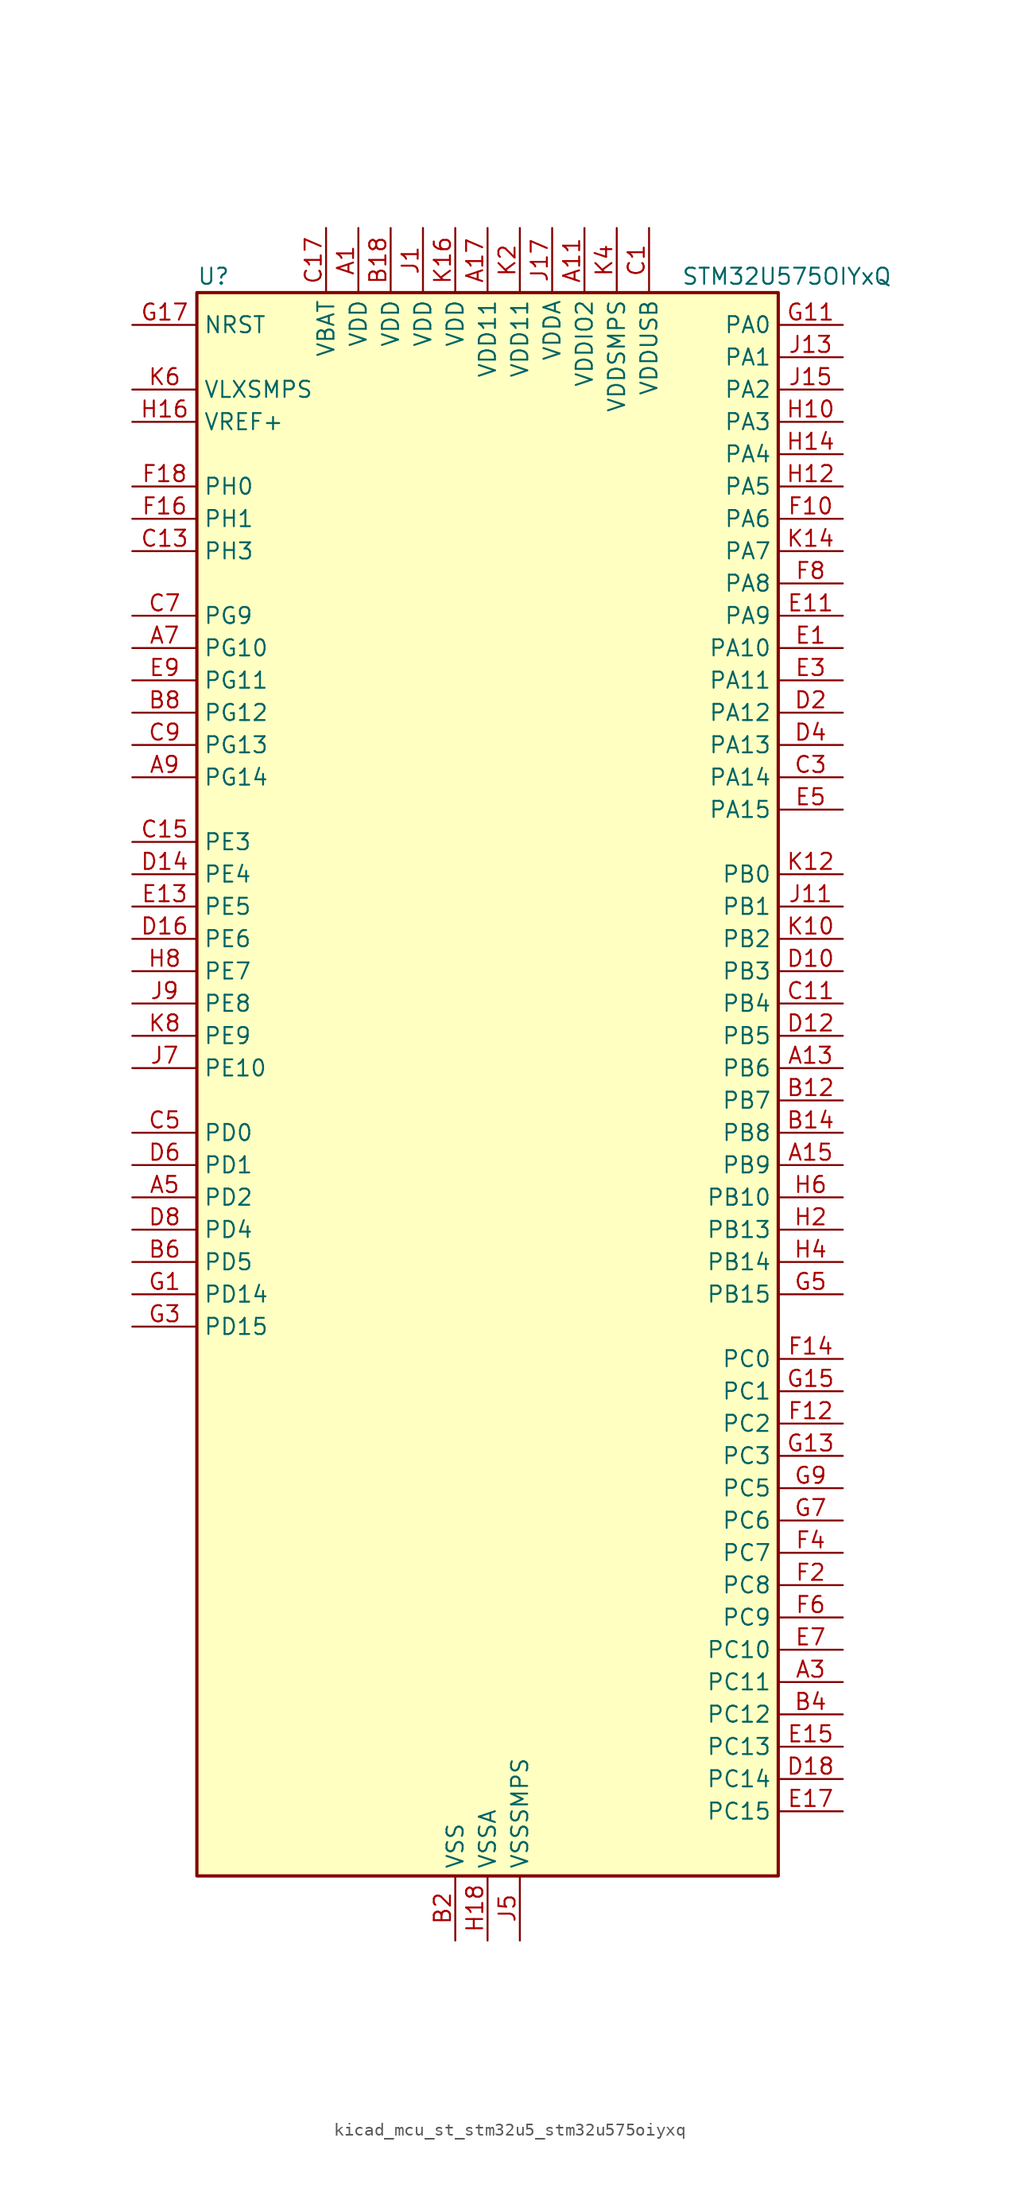
<source format=kicad_sym>
(kicad_symbol_lib
  (version 20220914)
  (generator kicad_symbol_editor)
  (symbol "kicad_mcu_st_stm32u5_stm32u575oiyxq"
    (property "Reference" "U"
      (at -22.86 64.77 0)
      (effects (font (size 1.27 1.27)) (justify left)))
    (property "Value" "STM32U575OIYxQ"
      (at 15.24 64.77 0)
      (effects (font (size 1.27 1.27)) (justify left)))
    (property "ki_locked" ""
      (at 0 0 0)
      (effects (font (size 1.27 1.27))))
    (symbol "kicad_mcu_st_stm32u5_stm32u575oiyxq_0_1"
      (rectangle (start -22.86 -60.96) (end 22.86 63.5) (stroke (width 0.254) (type default)) (fill (type background))))
    (symbol "kicad_mcu_st_stm32u5_stm32u575oiyxq_1_1"
      (pin power_in line (at -10.16 68.58 270) (length 5.08) (name "VDD" (effects (font (size 1.27 1.27)))) (number "A1" (effects (font (size 1.27 1.27)))))
      (pin power_in line (at 7.62 68.58 270) (length 5.08) (name "VDDIO2" (effects (font (size 1.27 1.27)))) (number "A11" (effects (font (size 1.27 1.27)))))
      (pin bidirectional line (at 27.94 2.54 180) (length 5.08) (name "PB6" (effects (font (size 1.27 1.27)))) (number "A13" (effects (font (size 1.27 1.27)))) (alternate "COMP2_INP" bidirectional line) (alternate "DCMI_D5" bidirectional line) (alternate "I2C1_SCL" bidirectional line) (alternate "I2C4_SCL" bidirectional line) (alternate "LPTIM1_ETR" bidirectional line) (alternate "MDF1_SDI5" bidirectional line) (alternate "PSSI_D5" bidirectional line) (alternate "PWR_WKUP3" bidirectional line) (alternate "SAI1_FS_B" bidirectional line) (alternate "TIM16_CH1N" bidirectional line) (alternate "TIM4_CH1" bidirectional line) (alternate "TIM8_BKIN2" bidirectional line) (alternate "TSC_G2_IO3" bidirectional line) (alternate "USART1_TX" bidirectional line))
      (pin bidirectional line (at 27.94 -5.08 180) (length 5.08) (name "PB9" (effects (font (size 1.27 1.27)))) (number "A15" (effects (font (size 1.27 1.27)))) (alternate "DAC1_EXTI9" bidirectional line) (alternate "DCMI_D7" bidirectional line) (alternate "FDCAN1_TX" bidirectional line) (alternate "I2C1_SDA" bidirectional line) (alternate "IR_OUT" bidirectional line) (alternate "PSSI_D7" bidirectional line) (alternate "SAI1_D2" bidirectional line) (alternate "SAI1_FS_A" bidirectional line) (alternate "SDMMC1_CDIR" bidirectional line) (alternate "SDMMC1_D5" bidirectional line) (alternate "SDMMC2_D5" bidirectional line) (alternate "SPI2_NSS" bidirectional line) (alternate "TIM17_CH1" bidirectional line) (alternate "TIM4_CH4" bidirectional line))
      (pin power_in line (at 0 68.58 270) (length 5.08) (name "VDD11" (effects (font (size 1.27 1.27)))) (number "A17" (effects (font (size 1.27 1.27)))))
      (pin bidirectional line (at 27.94 -45.72 180) (length 5.08) (name "PC11" (effects (font (size 1.27 1.27)))) (number "A3" (effects (font (size 1.27 1.27)))) (alternate "ADC1_EXTI11" bidirectional line) (alternate "ADF1_SDI0" bidirectional line) (alternate "DCMI_D2" bidirectional line) (alternate "DCMI_D4" bidirectional line) (alternate "LPTIM3_IN1" bidirectional line) (alternate "OCTOSPIM_P1_NCS" bidirectional line) (alternate "PSSI_D2" bidirectional line) (alternate "PSSI_D4" bidirectional line) (alternate "SDMMC1_D3" bidirectional line) (alternate "SPI3_MISO" bidirectional line) (alternate "TSC_G3_IO3" bidirectional line) (alternate "UART4_RX" bidirectional line) (alternate "UCPD1_FRSTX2" bidirectional line) (alternate "USART3_RX" bidirectional line))
      (pin bidirectional line (at -27.94 -7.62 0) (length 5.08) (name "PD2" (effects (font (size 1.27 1.27)))) (number "A5" (effects (font (size 1.27 1.27)))) (alternate "DCMI_D11" bidirectional line) (alternate "DEBUG_TRACED2" bidirectional line) (alternate "LPTIM4_ETR" bidirectional line) (alternate "PSSI_D11" bidirectional line) (alternate "SDMMC1_CMD" bidirectional line) (alternate "TIM3_ETR" bidirectional line) (alternate "TSC_SYNC" bidirectional line) (alternate "UART5_RX" bidirectional line) (alternate "USART3_DE" bidirectional line) (alternate "USART3_RTS" bidirectional line))
      (pin bidirectional line (at -27.94 35.56 0) (length 5.08) (name "PG10" (effects (font (size 1.27 1.27)))) (number "A7" (effects (font (size 1.27 1.27)))) (alternate "FMC_NE3" bidirectional line) (alternate "LPTIM1_IN1" bidirectional line) (alternate "OCTOSPIM_P2_IO7" bidirectional line) (alternate "SPI3_MISO" bidirectional line) (alternate "TIM15_CH1" bidirectional line) (alternate "USART1_RX" bidirectional line))
      (pin bidirectional line (at -27.94 25.4 0) (length 5.08) (name "PG14" (effects (font (size 1.27 1.27)))) (number "A9" (effects (font (size 1.27 1.27)))) (alternate "FMC_A25" bidirectional line) (alternate "I2C1_SCL" bidirectional line) (alternate "LPTIM1_CH2" bidirectional line))
      (pin passive line (at -2.54 -66.04 90) (length 5.08) hide (name "VSS" (effects (font (size 1.27 1.27)))) (number "B10" (effects (font (size 1.27 1.27)))))
      (pin bidirectional line (at 27.94 0 180) (length 5.08) (name "PB7" (effects (font (size 1.27 1.27)))) (number "B12" (effects (font (size 1.27 1.27)))) (alternate "COMP2_INM" bidirectional line) (alternate "DCMI_VSYNC" bidirectional line) (alternate "FMC_NL" bidirectional line) (alternate "I2C1_SDA" bidirectional line) (alternate "I2C4_SDA" bidirectional line) (alternate "LPTIM1_IN2" bidirectional line) (alternate "MDF1_CKI5" bidirectional line) (alternate "PSSI_RDY" bidirectional line) (alternate "PWR_PVD_IN" bidirectional line) (alternate "PWR_WKUP4" bidirectional line) (alternate "TIM17_CH1N" bidirectional line) (alternate "TIM4_CH2" bidirectional line) (alternate "TIM8_BKIN" bidirectional line) (alternate "TSC_G2_IO4" bidirectional line) (alternate "UART4_CTS" bidirectional line) (alternate "USART1_RX" bidirectional line))
      (pin bidirectional line (at 27.94 -2.54 180) (length 5.08) (name "PB8" (effects (font (size 1.27 1.27)))) (number "B14" (effects (font (size 1.27 1.27)))) (alternate "DCMI_D6" bidirectional line) (alternate "FDCAN1_RX" bidirectional line) (alternate "I2C1_SCL" bidirectional line) (alternate "MDF1_CCK0" bidirectional line) (alternate "PSSI_D6" bidirectional line) (alternate "PWR_WKUP5" bidirectional line) (alternate "SAI1_CK1" bidirectional line) (alternate "SAI1_MCLK_A" bidirectional line) (alternate "SDMMC1_CKIN" bidirectional line) (alternate "SDMMC1_D4" bidirectional line) (alternate "SDMMC2_D4" bidirectional line) (alternate "SPI3_RDY" bidirectional line) (alternate "TIM16_CH1" bidirectional line) (alternate "TIM4_CH3" bidirectional line))
      (pin passive line (at -2.54 -66.04 90) (length 5.08) hide (name "VSS" (effects (font (size 1.27 1.27)))) (number "B16" (effects (font (size 1.27 1.27)))))
      (pin power_in line (at -7.62 68.58 270) (length 5.08) (name "VDD" (effects (font (size 1.27 1.27)))) (number "B18" (effects (font (size 1.27 1.27)))))
      (pin power_in line (at -2.54 -66.04 90) (length 5.08) (name "VSS" (effects (font (size 1.27 1.27)))) (number "B2" (effects (font (size 1.27 1.27)))))
      (pin bidirectional line (at 27.94 -48.26 180) (length 5.08) (name "PC12" (effects (font (size 1.27 1.27)))) (number "B4" (effects (font (size 1.27 1.27)))) (alternate "DCMI_D9" bidirectional line) (alternate "DEBUG_TRACED3" bidirectional line) (alternate "PSSI_D9" bidirectional line) (alternate "SDMMC1_CK" bidirectional line) (alternate "SPI3_MOSI" bidirectional line) (alternate "TSC_G3_IO4" bidirectional line) (alternate "UART5_TX" bidirectional line) (alternate "USART3_CK" bidirectional line))
      (pin bidirectional line (at -27.94 -12.7 0) (length 5.08) (name "PD5" (effects (font (size 1.27 1.27)))) (number "B6" (effects (font (size 1.27 1.27)))) (alternate "FMC_NWE" bidirectional line) (alternate "OCTOSPIM_P1_IO5" bidirectional line) (alternate "SPI2_RDY" bidirectional line) (alternate "USART2_TX" bidirectional line))
      (pin bidirectional line (at -27.94 30.48 0) (length 5.08) (name "PG12" (effects (font (size 1.27 1.27)))) (number "B8" (effects (font (size 1.27 1.27)))) (alternate "FMC_NE4" bidirectional line) (alternate "LPTIM1_ETR" bidirectional line) (alternate "OCTOSPIM_P2_NCS" bidirectional line) (alternate "SPI3_NSS" bidirectional line) (alternate "USART1_DE" bidirectional line) (alternate "USART1_RTS" bidirectional line))
      (pin power_in line (at 12.7 68.58 270) (length 5.08) (name "VDDUSB" (effects (font (size 1.27 1.27)))) (number "C1" (effects (font (size 1.27 1.27)))))
      (pin bidirectional line (at 27.94 7.62 180) (length 5.08) (name "PB4" (effects (font (size 1.27 1.27)))) (number "C11" (effects (font (size 1.27 1.27)))) (alternate "ADF1_SDI0" bidirectional line) (alternate "COMP2_INP" bidirectional line) (alternate "DCMI_D12" bidirectional line) (alternate "DEBUG_JTRST" bidirectional line) (alternate "I2C3_SDA" bidirectional line) (alternate "LPTIM1_CH2" bidirectional line) (alternate "PSSI_D12" bidirectional line) (alternate "SAI1_MCLK_B" bidirectional line) (alternate "SDMMC2_D3" bidirectional line) (alternate "SPI1_MISO" bidirectional line) (alternate "SPI3_MISO" bidirectional line) (alternate "TIM17_BKIN" bidirectional line) (alternate "TIM3_CH1" bidirectional line) (alternate "TSC_G2_IO1" bidirectional line) (alternate "UART5_DE" bidirectional line) (alternate "UART5_RTS" bidirectional line) (alternate "USART1_CTS" bidirectional line))
      (pin bidirectional line (at -27.94 43.18 0) (length 5.08) (name "PH3" (effects (font (size 1.27 1.27)))) (number "C13" (effects (font (size 1.27 1.27)))))
      (pin bidirectional line (at -27.94 20.32 0) (length 5.08) (name "PE3" (effects (font (size 1.27 1.27)))) (number "C15" (effects (font (size 1.27 1.27)))) (alternate "DEBUG_TRACED0" bidirectional line) (alternate "FMC_A19" bidirectional line) (alternate "OCTOSPIM_P1_DQS" bidirectional line) (alternate "SAI1_SD_B" bidirectional line) (alternate "TAMP_IN6" bidirectional line) (alternate "TAMP_OUT3" bidirectional line) (alternate "TIM3_CH1" bidirectional line) (alternate "TSC_G7_IO2" bidirectional line))
      (pin power_in line (at -12.7 68.58 270) (length 5.08) (name "VBAT" (effects (font (size 1.27 1.27)))) (number "C17" (effects (font (size 1.27 1.27)))))
      (pin bidirectional line (at 27.94 25.4 180) (length 5.08) (name "PA14" (effects (font (size 1.27 1.27)))) (number "C3" (effects (font (size 1.27 1.27)))) (alternate "DEBUG_JTCK-SWCLK" bidirectional line) (alternate "I2C1_SMBA" bidirectional line) (alternate "I2C4_SMBA" bidirectional line) (alternate "LPTIM1_CH1" bidirectional line) (alternate "SAI1_FS_B" bidirectional line) (alternate "USB_OTG_FS_SOF" bidirectional line))
      (pin bidirectional line (at -27.94 -2.54 0) (length 5.08) (name "PD0" (effects (font (size 1.27 1.27)))) (number "C5" (effects (font (size 1.27 1.27)))) (alternate "FDCAN1_RX" bidirectional line) (alternate "FMC_D2" bidirectional line) (alternate "FMC_DA2" bidirectional line) (alternate "SPI2_NSS" bidirectional line) (alternate "TIM8_CH4N" bidirectional line))
      (pin bidirectional line (at -27.94 38.1 0) (length 5.08) (name "PG9" (effects (font (size 1.27 1.27)))) (number "C7" (effects (font (size 1.27 1.27)))) (alternate "DAC1_EXTI9" bidirectional line) (alternate "FMC_NCE" bidirectional line) (alternate "FMC_NE2" bidirectional line) (alternate "OCTOSPIM_P2_IO6" bidirectional line) (alternate "SPI3_SCK" bidirectional line) (alternate "TIM15_CH1N" bidirectional line) (alternate "USART1_TX" bidirectional line))
      (pin bidirectional line (at -27.94 27.94 0) (length 5.08) (name "PG13" (effects (font (size 1.27 1.27)))) (number "C9" (effects (font (size 1.27 1.27)))) (alternate "FMC_A24" bidirectional line) (alternate "I2C1_SDA" bidirectional line) (alternate "SPI3_RDY" bidirectional line) (alternate "USART1_CK" bidirectional line))
      (pin bidirectional line (at 27.94 10.16 180) (length 5.08) (name "PB3" (effects (font (size 1.27 1.27)))) (number "D10" (effects (font (size 1.27 1.27)))) (alternate "ADF1_CCK0" bidirectional line) (alternate "COMP2_INM" bidirectional line) (alternate "CRS_SYNC" bidirectional line) (alternate "DEBUG_JTDO-SWO" bidirectional line) (alternate "I2C1_SDA" bidirectional line) (alternate "LPTIM1_CH1" bidirectional line) (alternate "SAI1_SCK_B" bidirectional line) (alternate "SDMMC2_D2" bidirectional line) (alternate "SPI1_SCK" bidirectional line) (alternate "SPI3_SCK" bidirectional line) (alternate "TIM2_CH2" bidirectional line) (alternate "USART1_DE" bidirectional line) (alternate "USART1_RTS" bidirectional line))
      (pin bidirectional line (at 27.94 5.08 180) (length 5.08) (name "PB5" (effects (font (size 1.27 1.27)))) (number "D12" (effects (font (size 1.27 1.27)))) (alternate "COMP2_OUT" bidirectional line) (alternate "DCMI_D10" bidirectional line) (alternate "I2C1_SMBA" bidirectional line) (alternate "LPTIM1_IN1" bidirectional line) (alternate "OCTOSPIM_P1_NCLK" bidirectional line) (alternate "PSSI_D10" bidirectional line) (alternate "PWR_WKUP6" bidirectional line) (alternate "SAI1_SD_B" bidirectional line) (alternate "SPI1_MOSI" bidirectional line) (alternate "SPI3_MOSI" bidirectional line) (alternate "TIM16_BKIN" bidirectional line) (alternate "TIM3_CH2" bidirectional line) (alternate "TSC_G2_IO2" bidirectional line) (alternate "UART5_CTS" bidirectional line) (alternate "UCPD1_DBCC1" bidirectional line) (alternate "USART1_CK" bidirectional line))
      (pin bidirectional line (at -27.94 17.78 0) (length 5.08) (name "PE4" (effects (font (size 1.27 1.27)))) (number "D14" (effects (font (size 1.27 1.27)))) (alternate "DCMI_D4" bidirectional line) (alternate "DEBUG_TRACED1" bidirectional line) (alternate "FMC_A20" bidirectional line) (alternate "MDF1_SDI3" bidirectional line) (alternate "PSSI_D4" bidirectional line) (alternate "PWR_WKUP1" bidirectional line) (alternate "SAI1_D2" bidirectional line) (alternate "SAI1_FS_A" bidirectional line) (alternate "TAMP_IN7" bidirectional line) (alternate "TAMP_OUT8" bidirectional line) (alternate "TIM3_CH2" bidirectional line) (alternate "TSC_G7_IO3" bidirectional line))
      (pin bidirectional line (at -27.94 12.7 0) (length 5.08) (name "PE6" (effects (font (size 1.27 1.27)))) (number "D16" (effects (font (size 1.27 1.27)))) (alternate "DCMI_D7" bidirectional line) (alternate "DEBUG_TRACED3" bidirectional line) (alternate "FMC_A22" bidirectional line) (alternate "PSSI_D7" bidirectional line) (alternate "PWR_WKUP3" bidirectional line) (alternate "SAI1_D1" bidirectional line) (alternate "SAI1_SD_A" bidirectional line) (alternate "TAMP_IN3" bidirectional line) (alternate "TAMP_OUT6" bidirectional line) (alternate "TIM3_CH4" bidirectional line))
      (pin bidirectional line (at 27.94 -53.34 180) (length 5.08) (name "PC14" (effects (font (size 1.27 1.27)))) (number "D18" (effects (font (size 1.27 1.27)))) (alternate "RCC_OSC32_IN" bidirectional line))
      (pin bidirectional line (at 27.94 30.48 180) (length 5.08) (name "PA12" (effects (font (size 1.27 1.27)))) (number "D2" (effects (font (size 1.27 1.27)))) (alternate "FDCAN1_TX" bidirectional line) (alternate "OCTOSPIM_P2_NCS" bidirectional line) (alternate "SPI1_MOSI" bidirectional line) (alternate "TIM1_ETR" bidirectional line) (alternate "USART1_DE" bidirectional line) (alternate "USART1_RTS" bidirectional line) (alternate "USB_OTG_FS_DP" bidirectional line))
      (pin bidirectional line (at 27.94 27.94 180) (length 5.08) (name "PA13" (effects (font (size 1.27 1.27)))) (number "D4" (effects (font (size 1.27 1.27)))) (alternate "DEBUG_JTMS-SWDIO" bidirectional line) (alternate "IR_OUT" bidirectional line) (alternate "SAI1_SD_B" bidirectional line) (alternate "USB_OTG_FS_NOE" bidirectional line))
      (pin bidirectional line (at -27.94 -5.08 0) (length 5.08) (name "PD1" (effects (font (size 1.27 1.27)))) (number "D6" (effects (font (size 1.27 1.27)))) (alternate "FDCAN1_TX" bidirectional line) (alternate "FMC_D3" bidirectional line) (alternate "FMC_DA3" bidirectional line) (alternate "SPI2_SCK" bidirectional line))
      (pin bidirectional line (at -27.94 -10.16 0) (length 5.08) (name "PD4" (effects (font (size 1.27 1.27)))) (number "D8" (effects (font (size 1.27 1.27)))) (alternate "FMC_NOE" bidirectional line) (alternate "MDF1_CKI0" bidirectional line) (alternate "OCTOSPIM_P1_IO4" bidirectional line) (alternate "SPI2_MOSI" bidirectional line) (alternate "USART2_DE" bidirectional line) (alternate "USART2_RTS" bidirectional line))
      (pin bidirectional line (at 27.94 35.56 180) (length 5.08) (name "PA10" (effects (font (size 1.27 1.27)))) (number "E1" (effects (font (size 1.27 1.27)))) (alternate "CRS_SYNC" bidirectional line) (alternate "DCMI_D1" bidirectional line) (alternate "LPTIM2_IN2" bidirectional line) (alternate "PSSI_D1" bidirectional line) (alternate "SAI1_D1" bidirectional line) (alternate "SAI1_SD_A" bidirectional line) (alternate "TIM17_BKIN" bidirectional line) (alternate "TIM1_CH3" bidirectional line) (alternate "USART1_RX" bidirectional line) (alternate "USB_OTG_FS_ID" bidirectional line))
      (pin bidirectional line (at 27.94 38.1 180) (length 5.08) (name "PA9" (effects (font (size 1.27 1.27)))) (number "E11" (effects (font (size 1.27 1.27)))) (alternate "DAC1_EXTI9" bidirectional line) (alternate "DCMI_D0" bidirectional line) (alternate "PSSI_D0" bidirectional line) (alternate "SAI1_FS_A" bidirectional line) (alternate "SPI2_SCK" bidirectional line) (alternate "TIM15_BKIN" bidirectional line) (alternate "TIM1_CH2" bidirectional line) (alternate "USART1_TX" bidirectional line) (alternate "USB_OTG_FS_VBUS" bidirectional line))
      (pin bidirectional line (at -27.94 15.24 0) (length 5.08) (name "PE5" (effects (font (size 1.27 1.27)))) (number "E13" (effects (font (size 1.27 1.27)))) (alternate "DCMI_D6" bidirectional line) (alternate "DEBUG_TRACED2" bidirectional line) (alternate "FMC_A21" bidirectional line) (alternate "MDF1_CKI3" bidirectional line) (alternate "PSSI_D6" bidirectional line) (alternate "PWR_WKUP2" bidirectional line) (alternate "SAI1_CK2" bidirectional line) (alternate "SAI1_SCK_A" bidirectional line) (alternate "TAMP_IN8" bidirectional line) (alternate "TAMP_OUT7" bidirectional line) (alternate "TIM3_CH3" bidirectional line) (alternate "TSC_G7_IO4" bidirectional line))
      (pin bidirectional line (at 27.94 -50.8 180) (length 5.08) (name "PC13" (effects (font (size 1.27 1.27)))) (number "E15" (effects (font (size 1.27 1.27)))) (alternate "PWR_WKUP2" bidirectional line) (alternate "RTC_OUT1" bidirectional line) (alternate "RTC_TS" bidirectional line) (alternate "TAMP_IN1" bidirectional line) (alternate "TAMP_OUT2" bidirectional line))
      (pin bidirectional line (at 27.94 -55.88 180) (length 5.08) (name "PC15" (effects (font (size 1.27 1.27)))) (number "E17" (effects (font (size 1.27 1.27)))) (alternate "ADC1_EXTI15" bidirectional line) (alternate "ADC4_EXTI15" bidirectional line) (alternate "RCC_OSC32_OUT" bidirectional line))
      (pin bidirectional line (at 27.94 33.02 180) (length 5.08) (name "PA11" (effects (font (size 1.27 1.27)))) (number "E3" (effects (font (size 1.27 1.27)))) (alternate "ADC1_EXTI11" bidirectional line) (alternate "FDCAN1_RX" bidirectional line) (alternate "SPI1_MISO" bidirectional line) (alternate "TIM1_BKIN2" bidirectional line) (alternate "TIM1_CH4" bidirectional line) (alternate "USART1_CTS" bidirectional line) (alternate "USB_OTG_FS_DM" bidirectional line))
      (pin bidirectional line (at 27.94 22.86 180) (length 5.08) (name "PA15" (effects (font (size 1.27 1.27)))) (number "E5" (effects (font (size 1.27 1.27)))) (alternate "ADC1_EXTI15" bidirectional line) (alternate "ADC4_EXTI15" bidirectional line) (alternate "DEBUG_JTDI" bidirectional line) (alternate "SPI1_NSS" bidirectional line) (alternate "SPI3_NSS" bidirectional line) (alternate "TIM2_CH1" bidirectional line) (alternate "TIM2_ETR" bidirectional line) (alternate "UART4_DE" bidirectional line) (alternate "UART4_RTS" bidirectional line) (alternate "UCPD1_CC1" bidirectional line) (alternate "USART2_RX" bidirectional line) (alternate "USART3_DE" bidirectional line) (alternate "USART3_RTS" bidirectional line))
      (pin bidirectional line (at 27.94 -43.18 180) (length 5.08) (name "PC10" (effects (font (size 1.27 1.27)))) (number "E7" (effects (font (size 1.27 1.27)))) (alternate "ADF1_CCK1" bidirectional line) (alternate "DCMI_D8" bidirectional line) (alternate "DEBUG_TRACED1" bidirectional line) (alternate "LPTIM3_ETR" bidirectional line) (alternate "PSSI_D8" bidirectional line) (alternate "SDMMC1_D2" bidirectional line) (alternate "SPI3_SCK" bidirectional line) (alternate "TSC_G3_IO2" bidirectional line) (alternate "UART4_TX" bidirectional line) (alternate "USART3_TX" bidirectional line))
      (pin bidirectional line (at -27.94 33.02 0) (length 5.08) (name "PG11" (effects (font (size 1.27 1.27)))) (number "E9" (effects (font (size 1.27 1.27)))) (alternate "ADC1_EXTI11" bidirectional line) (alternate "LPTIM1_IN2" bidirectional line) (alternate "OCTOSPIM_P1_IO5" bidirectional line) (alternate "SPI3_MOSI" bidirectional line) (alternate "TIM15_CH2" bidirectional line) (alternate "USART1_CTS" bidirectional line))
      (pin bidirectional line (at 27.94 45.72 180) (length 5.08) (name "PA6" (effects (font (size 1.27 1.27)))) (number "F10" (effects (font (size 1.27 1.27)))) (alternate "ADC1_IN11" bidirectional line) (alternate "ADC4_IN11" bidirectional line) (alternate "DCMI_PIXCLK" bidirectional line) (alternate "LPUART1_CTS" bidirectional line) (alternate "OCTOSPIM_P1_IO3" bidirectional line) (alternate "OPAMP2_VINP" bidirectional line) (alternate "PSSI_PDCK" bidirectional line) (alternate "PWR_CDSTOP" bidirectional line) (alternate "PWR_WKUP7" bidirectional line) (alternate "SPI1_MISO" bidirectional line) (alternate "TIM16_CH1" bidirectional line) (alternate "TIM1_BKIN" bidirectional line) (alternate "TIM3_CH1" bidirectional line) (alternate "TIM8_BKIN" bidirectional line) (alternate "USART3_CTS" bidirectional line))
      (pin bidirectional line (at 27.94 -25.4 180) (length 5.08) (name "PC2" (effects (font (size 1.27 1.27)))) (number "F12" (effects (font (size 1.27 1.27)))) (alternate "ADC1_IN3" bidirectional line) (alternate "ADC4_IN3" bidirectional line) (alternate "LPTIM1_IN2" bidirectional line) (alternate "MDF1_CCK1" bidirectional line) (alternate "OCTOSPIM_P1_IO5" bidirectional line) (alternate "SPI2_MISO" bidirectional line))
      (pin bidirectional line (at 27.94 -20.32 180) (length 5.08) (name "PC0" (effects (font (size 1.27 1.27)))) (number "F14" (effects (font (size 1.27 1.27)))) (alternate "ADC1_IN1" bidirectional line) (alternate "ADC4_IN1" bidirectional line) (alternate "I2C3_SCL" bidirectional line) (alternate "LPTIM1_IN1" bidirectional line) (alternate "LPTIM2_IN1" bidirectional line) (alternate "LPUART1_RX" bidirectional line) (alternate "MDF1_SDI4" bidirectional line) (alternate "OCTOSPIM_P1_IO7" bidirectional line) (alternate "SDMMC1_D5" bidirectional line) (alternate "SPI2_RDY" bidirectional line))
      (pin bidirectional line (at -27.94 45.72 0) (length 5.08) (name "PH1" (effects (font (size 1.27 1.27)))) (number "F16" (effects (font (size 1.27 1.27)))) (alternate "RCC_OSC_OUT" bidirectional line))
      (pin bidirectional line (at -27.94 48.26 0) (length 5.08) (name "PH0" (effects (font (size 1.27 1.27)))) (number "F18" (effects (font (size 1.27 1.27)))) (alternate "RCC_OSC_IN" bidirectional line))
      (pin bidirectional line (at 27.94 -38.1 180) (length 5.08) (name "PC8" (effects (font (size 1.27 1.27)))) (number "F2" (effects (font (size 1.27 1.27)))) (alternate "DCMI_D2" bidirectional line) (alternate "LPTIM3_CH1" bidirectional line) (alternate "PSSI_D2" bidirectional line) (alternate "PWR_SRDSTOP" bidirectional line) (alternate "SDMMC1_D0" bidirectional line) (alternate "TIM3_CH3" bidirectional line) (alternate "TIM8_CH3" bidirectional line) (alternate "TSC_G4_IO3" bidirectional line))
      (pin bidirectional line (at 27.94 -35.56 180) (length 5.08) (name "PC7" (effects (font (size 1.27 1.27)))) (number "F4" (effects (font (size 1.27 1.27)))) (alternate "DCMI_D1" bidirectional line) (alternate "LPTIM2_CH2" bidirectional line) (alternate "MDF1_SDI3" bidirectional line) (alternate "PSSI_D1" bidirectional line) (alternate "PWR_CDSTOP" bidirectional line) (alternate "SDMMC1_D123DIR" bidirectional line) (alternate "SDMMC1_D7" bidirectional line) (alternate "SDMMC2_D7" bidirectional line) (alternate "TIM3_CH2" bidirectional line) (alternate "TIM8_CH2" bidirectional line) (alternate "TSC_G4_IO2" bidirectional line))
      (pin bidirectional line (at 27.94 -40.64 180) (length 5.08) (name "PC9" (effects (font (size 1.27 1.27)))) (number "F6" (effects (font (size 1.27 1.27)))) (alternate "DAC1_EXTI9" bidirectional line) (alternate "DCMI_D3" bidirectional line) (alternate "DEBUG_TRACED0" bidirectional line) (alternate "LPTIM3_CH2" bidirectional line) (alternate "PSSI_D3" bidirectional line) (alternate "SDMMC1_D1" bidirectional line) (alternate "TIM3_CH4" bidirectional line) (alternate "TIM8_BKIN2" bidirectional line) (alternate "TIM8_CH4" bidirectional line) (alternate "TSC_G4_IO4" bidirectional line) (alternate "USB_OTG_FS_NOE" bidirectional line))
      (pin bidirectional line (at 27.94 40.64 180) (length 5.08) (name "PA8" (effects (font (size 1.27 1.27)))) (number "F8" (effects (font (size 1.27 1.27)))) (alternate "DEBUG_TRACECLK" bidirectional line) (alternate "LPTIM2_CH1" bidirectional line) (alternate "RCC_MCO" bidirectional line) (alternate "SAI1_CK2" bidirectional line) (alternate "SAI1_SCK_A" bidirectional line) (alternate "SPI1_RDY" bidirectional line) (alternate "TIM1_CH1" bidirectional line) (alternate "USART1_CK" bidirectional line) (alternate "USB_OTG_FS_SOF" bidirectional line))
      (pin bidirectional line (at -27.94 -15.24 0) (length 5.08) (name "PD14" (effects (font (size 1.27 1.27)))) (number "G1" (effects (font (size 1.27 1.27)))) (alternate "FMC_D0" bidirectional line) (alternate "FMC_DA0" bidirectional line) (alternate "LPTIM3_CH1" bidirectional line) (alternate "TIM4_CH3" bidirectional line))
      (pin bidirectional line (at 27.94 60.96 180) (length 5.08) (name "PA0" (effects (font (size 1.27 1.27)))) (number "G11" (effects (font (size 1.27 1.27)))) (alternate "ADC1_IN5" bidirectional line) (alternate "AUDIOCLK" bidirectional line) (alternate "OCTOSPIM_P2_NCS" bidirectional line) (alternate "OPAMP1_VINP" bidirectional line) (alternate "PWR_WKUP1" bidirectional line) (alternate "SDMMC2_CMD" bidirectional line) (alternate "SPI3_RDY" bidirectional line) (alternate "TAMP_IN2" bidirectional line) (alternate "TAMP_OUT1" bidirectional line) (alternate "TIM2_CH1" bidirectional line) (alternate "TIM2_ETR" bidirectional line) (alternate "TIM5_CH1" bidirectional line) (alternate "TIM8_ETR" bidirectional line) (alternate "UART4_TX" bidirectional line) (alternate "USART2_CTS" bidirectional line))
      (pin bidirectional line (at 27.94 -27.94 180) (length 5.08) (name "PC3" (effects (font (size 1.27 1.27)))) (number "G13" (effects (font (size 1.27 1.27)))) (alternate "ADC1_IN4" bidirectional line) (alternate "ADC4_IN4" bidirectional line) (alternate "LPTIM1_ETR" bidirectional line) (alternate "LPTIM2_ETR" bidirectional line) (alternate "LPTIM3_CH1" bidirectional line) (alternate "OCTOSPIM_P1_IO6" bidirectional line) (alternate "SAI1_D1" bidirectional line) (alternate "SAI1_SD_A" bidirectional line) (alternate "SPI2_MOSI" bidirectional line))
      (pin bidirectional line (at 27.94 -22.86 180) (length 5.08) (name "PC1" (effects (font (size 1.27 1.27)))) (number "G15" (effects (font (size 1.27 1.27)))) (alternate "ADC1_IN2" bidirectional line) (alternate "ADC4_IN2" bidirectional line) (alternate "DEBUG_TRACED0" bidirectional line) (alternate "I2C3_SDA" bidirectional line) (alternate "LPTIM1_CH1" bidirectional line) (alternate "LPUART1_TX" bidirectional line) (alternate "MDF1_CKI4" bidirectional line) (alternate "OCTOSPIM_P1_IO4" bidirectional line) (alternate "SAI1_SD_A" bidirectional line) (alternate "SDMMC2_CK" bidirectional line) (alternate "SPI2_MOSI" bidirectional line))
      (pin input line (at -27.94 60.96 0) (length 5.08) (name "NRST" (effects (font (size 1.27 1.27)))) (number "G17" (effects (font (size 1.27 1.27)))))
      (pin bidirectional line (at -27.94 -17.78 0) (length 5.08) (name "PD15" (effects (font (size 1.27 1.27)))) (number "G3" (effects (font (size 1.27 1.27)))) (alternate "ADC1_EXTI15" bidirectional line) (alternate "ADC4_EXTI15" bidirectional line) (alternate "FMC_D1" bidirectional line) (alternate "FMC_DA1" bidirectional line) (alternate "LPTIM3_CH2" bidirectional line) (alternate "TIM4_CH4" bidirectional line))
      (pin bidirectional line (at 27.94 -15.24 180) (length 5.08) (name "PB15" (effects (font (size 1.27 1.27)))) (number "G5" (effects (font (size 1.27 1.27)))) (alternate "ADC1_EXTI15" bidirectional line) (alternate "ADC4_EXTI15" bidirectional line) (alternate "FMC_NBL1" bidirectional line) (alternate "LPTIM2_IN2" bidirectional line) (alternate "MDF1_CKI2" bidirectional line) (alternate "PWR_WKUP7" bidirectional line) (alternate "RTC_REFIN" bidirectional line) (alternate "SDMMC2_D1" bidirectional line) (alternate "SPI2_MOSI" bidirectional line) (alternate "TIM15_CH2" bidirectional line) (alternate "TIM1_CH3N" bidirectional line) (alternate "TIM8_CH3N" bidirectional line) (alternate "UCPD1_CC2" bidirectional line))
      (pin bidirectional line (at 27.94 -33.02 180) (length 5.08) (name "PC6" (effects (font (size 1.27 1.27)))) (number "G7" (effects (font (size 1.27 1.27)))) (alternate "DCMI_D0" bidirectional line) (alternate "MDF1_CKI3" bidirectional line) (alternate "PSSI_D0" bidirectional line) (alternate "PWR_CSLEEP" bidirectional line) (alternate "SDMMC1_D0DIR" bidirectional line) (alternate "SDMMC1_D6" bidirectional line) (alternate "SDMMC2_D6" bidirectional line) (alternate "TIM3_CH1" bidirectional line) (alternate "TIM8_CH1" bidirectional line) (alternate "TSC_G4_IO1" bidirectional line))
      (pin bidirectional line (at 27.94 -30.48 180) (length 5.08) (name "PC5" (effects (font (size 1.27 1.27)))) (number "G9" (effects (font (size 1.27 1.27)))) (alternate "ADC1_IN14" bidirectional line) (alternate "ADC4_IN23" bidirectional line) (alternate "COMP1_INP" bidirectional line) (alternate "PSSI_D15" bidirectional line) (alternate "PWR_WKUP5" bidirectional line) (alternate "SAI1_D3" bidirectional line) (alternate "TAMP_IN4" bidirectional line) (alternate "TAMP_OUT5" bidirectional line) (alternate "TIM1_CH4N" bidirectional line) (alternate "USART3_RX" bidirectional line))
      (pin bidirectional line (at 27.94 53.34 180) (length 5.08) (name "PA3" (effects (font (size 1.27 1.27)))) (number "H10" (effects (font (size 1.27 1.27)))) (alternate "ADC1_IN8" bidirectional line) (alternate "LPUART1_RX" bidirectional line) (alternate "OCTOSPIM_P1_CLK" bidirectional line) (alternate "OPAMP1_VOUT" bidirectional line) (alternate "PWR_WKUP5" bidirectional line) (alternate "SAI1_CK1" bidirectional line) (alternate "SAI1_MCLK_A" bidirectional line) (alternate "TIM15_CH2" bidirectional line) (alternate "TIM2_CH4" bidirectional line) (alternate "TIM5_CH4" bidirectional line) (alternate "USART2_RX" bidirectional line))
      (pin bidirectional line (at 27.94 48.26 180) (length 5.08) (name "PA5" (effects (font (size 1.27 1.27)))) (number "H12" (effects (font (size 1.27 1.27)))) (alternate "ADC1_IN10" bidirectional line) (alternate "ADC4_IN10" bidirectional line) (alternate "DAC1_OUT2" bidirectional line) (alternate "LPTIM2_ETR" bidirectional line) (alternate "PSSI_D14" bidirectional line) (alternate "PWR_CSLEEP" bidirectional line) (alternate "PWR_WKUP6" bidirectional line) (alternate "SPI1_SCK" bidirectional line) (alternate "TIM2_CH1" bidirectional line) (alternate "TIM2_ETR" bidirectional line) (alternate "TIM8_CH1N" bidirectional line) (alternate "USART3_RX" bidirectional line))
      (pin bidirectional line (at 27.94 50.8 180) (length 5.08) (name "PA4" (effects (font (size 1.27 1.27)))) (number "H14" (effects (font (size 1.27 1.27)))) (alternate "ADC1_IN9" bidirectional line) (alternate "ADC4_IN9" bidirectional line) (alternate "DAC1_OUT1" bidirectional line) (alternate "DCMI_HSYNC" bidirectional line) (alternate "LPTIM2_CH1" bidirectional line) (alternate "OCTOSPIM_P1_NCS" bidirectional line) (alternate "PSSI_DE" bidirectional line) (alternate "PWR_WKUP2" bidirectional line) (alternate "SAI1_FS_B" bidirectional line) (alternate "SPI1_NSS" bidirectional line) (alternate "SPI3_NSS" bidirectional line) (alternate "USART2_CK" bidirectional line))
      (pin input line (at -27.94 53.34 0) (length 5.08) (name "VREF+" (effects (font (size 1.27 1.27)))) (number "H16" (effects (font (size 1.27 1.27)))) (alternate "VREFBUF_OUT" bidirectional line))
      (pin power_in line (at 0 -66.04 90) (length 5.08) (name "VSSA" (effects (font (size 1.27 1.27)))) (number "H18" (effects (font (size 1.27 1.27)))))
      (pin bidirectional line (at 27.94 -10.16 180) (length 5.08) (name "PB13" (effects (font (size 1.27 1.27)))) (number "H2" (effects (font (size 1.27 1.27)))) (alternate "I2C2_SCL" bidirectional line) (alternate "LPTIM3_IN1" bidirectional line) (alternate "LPUART1_CTS" bidirectional line) (alternate "MDF1_CKI1" bidirectional line) (alternate "SPI2_SCK" bidirectional line) (alternate "TIM15_CH1N" bidirectional line) (alternate "TIM1_CH1N" bidirectional line) (alternate "TSC_G1_IO2" bidirectional line) (alternate "USART3_CTS" bidirectional line))
      (pin bidirectional line (at 27.94 -12.7 180) (length 5.08) (name "PB14" (effects (font (size 1.27 1.27)))) (number "H4" (effects (font (size 1.27 1.27)))) (alternate "I2C2_SDA" bidirectional line) (alternate "LPTIM3_ETR" bidirectional line) (alternate "MDF1_SDI2" bidirectional line) (alternate "SDMMC2_D0" bidirectional line) (alternate "SPI2_MISO" bidirectional line) (alternate "TIM15_CH1" bidirectional line) (alternate "TIM1_CH2N" bidirectional line) (alternate "TIM8_CH2N" bidirectional line) (alternate "TSC_G1_IO3" bidirectional line) (alternate "UCPD1_DBCC2" bidirectional line) (alternate "USART3_DE" bidirectional line) (alternate "USART3_RTS" bidirectional line))
      (pin bidirectional line (at 27.94 -7.62 180) (length 5.08) (name "PB10" (effects (font (size 1.27 1.27)))) (number "H6" (effects (font (size 1.27 1.27)))) (alternate "COMP1_OUT" bidirectional line) (alternate "I2C2_SCL" bidirectional line) (alternate "I2C4_SCL" bidirectional line) (alternate "LPTIM3_CH1" bidirectional line) (alternate "LPUART1_RX" bidirectional line) (alternate "OCTOSPIM_P1_CLK" bidirectional line) (alternate "PWR_WKUP8" bidirectional line) (alternate "SAI1_SCK_A" bidirectional line) (alternate "SPI2_SCK" bidirectional line) (alternate "TIM2_CH3" bidirectional line) (alternate "TSC_SYNC" bidirectional line) (alternate "USART3_TX" bidirectional line))
      (pin bidirectional line (at -27.94 10.16 0) (length 5.08) (name "PE7" (effects (font (size 1.27 1.27)))) (number "H8" (effects (font (size 1.27 1.27)))) (alternate "FMC_D4" bidirectional line) (alternate "FMC_DA4" bidirectional line) (alternate "MDF1_SDI2" bidirectional line) (alternate "PWR_WKUP6" bidirectional line) (alternate "SAI1_SD_B" bidirectional line) (alternate "TIM1_ETR" bidirectional line))
      (pin power_in line (at -5.08 68.58 270) (length 5.08) (name "VDD" (effects (font (size 1.27 1.27)))) (number "J1" (effects (font (size 1.27 1.27)))))
      (pin bidirectional line (at 27.94 15.24 180) (length 5.08) (name "PB1" (effects (font (size 1.27 1.27)))) (number "J11" (effects (font (size 1.27 1.27)))) (alternate "ADC1_IN16" bidirectional line) (alternate "ADC4_IN19" bidirectional line) (alternate "COMP1_INM" bidirectional line) (alternate "LPTIM2_IN1" bidirectional line) (alternate "LPTIM3_CH2" bidirectional line) (alternate "LPUART1_DE" bidirectional line) (alternate "LPUART1_RTS" bidirectional line) (alternate "MDF1_SDI0" bidirectional line) (alternate "OCTOSPIM_P1_IO0" bidirectional line) (alternate "PWR_WKUP4" bidirectional line) (alternate "TIM1_CH3N" bidirectional line) (alternate "TIM3_CH4" bidirectional line) (alternate "TIM8_CH3N" bidirectional line) (alternate "USART3_DE" bidirectional line) (alternate "USART3_RTS" bidirectional line))
      (pin bidirectional line (at 27.94 58.42 180) (length 5.08) (name "PA1" (effects (font (size 1.27 1.27)))) (number "J13" (effects (font (size 1.27 1.27)))) (alternate "ADC1_IN6" bidirectional line) (alternate "I2C1_SMBA" bidirectional line) (alternate "LPTIM1_CH2" bidirectional line) (alternate "OCTOSPIM_P1_DQS" bidirectional line) (alternate "OPAMP1_VINM" bidirectional line) (alternate "PWR_WKUP3" bidirectional line) (alternate "SPI1_SCK" bidirectional line) (alternate "TAMP_IN5" bidirectional line) (alternate "TAMP_OUT4" bidirectional line) (alternate "TIM15_CH1N" bidirectional line) (alternate "TIM2_CH2" bidirectional line) (alternate "TIM5_CH2" bidirectional line) (alternate "UART4_RX" bidirectional line) (alternate "USART2_DE" bidirectional line) (alternate "USART2_RTS" bidirectional line))
      (pin bidirectional line (at 27.94 55.88 180) (length 5.08) (name "PA2" (effects (font (size 1.27 1.27)))) (number "J15" (effects (font (size 1.27 1.27)))) (alternate "ADC1_IN7" bidirectional line) (alternate "COMP1_INP" bidirectional line) (alternate "LPUART1_TX" bidirectional line) (alternate "OCTOSPIM_P1_NCS" bidirectional line) (alternate "PWR_WKUP4" bidirectional line) (alternate "RCC_LSCO" bidirectional line) (alternate "SPI1_RDY" bidirectional line) (alternate "TIM15_CH1" bidirectional line) (alternate "TIM2_CH3" bidirectional line) (alternate "TIM5_CH3" bidirectional line) (alternate "UCPD1_FRSTX1" bidirectional line) (alternate "USART2_TX" bidirectional line))
      (pin power_in line (at 5.08 68.58 270) (length 5.08) (name "VDDA" (effects (font (size 1.27 1.27)))) (number "J17" (effects (font (size 1.27 1.27)))))
      (pin passive line (at -2.54 -66.04 90) (length 5.08) hide (name "VSS" (effects (font (size 1.27 1.27)))) (number "J3" (effects (font (size 1.27 1.27)))))
      (pin power_in line (at 2.54 -66.04 90) (length 5.08) (name "VSSSMPS" (effects (font (size 1.27 1.27)))) (number "J5" (effects (font (size 1.27 1.27)))))
      (pin bidirectional line (at -27.94 2.54 0) (length 5.08) (name "PE10" (effects (font (size 1.27 1.27)))) (number "J7" (effects (font (size 1.27 1.27)))) (alternate "ADF1_SDI0" bidirectional line) (alternate "FMC_D7" bidirectional line) (alternate "FMC_DA7" bidirectional line) (alternate "MDF1_SDI4" bidirectional line) (alternate "OCTOSPIM_P1_CLK" bidirectional line) (alternate "SAI1_MCLK_B" bidirectional line) (alternate "TIM1_CH2N" bidirectional line) (alternate "TSC_G5_IO1" bidirectional line))
      (pin bidirectional line (at -27.94 7.62 0) (length 5.08) (name "PE8" (effects (font (size 1.27 1.27)))) (number "J9" (effects (font (size 1.27 1.27)))) (alternate "FMC_D5" bidirectional line) (alternate "FMC_DA5" bidirectional line) (alternate "MDF1_CKI2" bidirectional line) (alternate "PWR_WKUP7" bidirectional line) (alternate "SAI1_SCK_B" bidirectional line) (alternate "TIM1_CH1N" bidirectional line))
      (pin bidirectional line (at 27.94 12.7 180) (length 5.08) (name "PB2" (effects (font (size 1.27 1.27)))) (number "K10" (effects (font (size 1.27 1.27)))) (alternate "ADC1_IN17" bidirectional line) (alternate "COMP1_INP" bidirectional line) (alternate "I2C3_SMBA" bidirectional line) (alternate "LPTIM1_CH1" bidirectional line) (alternate "MDF1_CKI0" bidirectional line) (alternate "OCTOSPIM_P1_DQS" bidirectional line) (alternate "PWR_WKUP1" bidirectional line) (alternate "RTC_OUT2" bidirectional line) (alternate "SPI1_RDY" bidirectional line) (alternate "TIM8_CH4N" bidirectional line) (alternate "UCPD1_FRSTX1" bidirectional line))
      (pin bidirectional line (at 27.94 17.78 180) (length 5.08) (name "PB0" (effects (font (size 1.27 1.27)))) (number "K12" (effects (font (size 1.27 1.27)))) (alternate "ADC1_IN15" bidirectional line) (alternate "ADC4_IN18" bidirectional line) (alternate "AUDIOCLK" bidirectional line) (alternate "COMP1_OUT" bidirectional line) (alternate "LPTIM3_CH1" bidirectional line) (alternate "OCTOSPIM_P1_IO1" bidirectional line) (alternate "OPAMP2_VOUT" bidirectional line) (alternate "SPI1_NSS" bidirectional line) (alternate "TIM1_CH2N" bidirectional line) (alternate "TIM3_CH3" bidirectional line) (alternate "TIM8_CH2N" bidirectional line) (alternate "USART3_CK" bidirectional line))
      (pin bidirectional line (at 27.94 43.18 180) (length 5.08) (name "PA7" (effects (font (size 1.27 1.27)))) (number "K14" (effects (font (size 1.27 1.27)))) (alternate "ADC1_IN12" bidirectional line) (alternate "ADC4_IN20" bidirectional line) (alternate "I2C3_SCL" bidirectional line) (alternate "LPTIM2_CH2" bidirectional line) (alternate "OCTOSPIM_P1_IO2" bidirectional line) (alternate "OPAMP2_VINM" bidirectional line) (alternate "PWR_SRDSTOP" bidirectional line) (alternate "PWR_WKUP8" bidirectional line) (alternate "SPI1_MOSI" bidirectional line) (alternate "TIM17_CH1" bidirectional line) (alternate "TIM1_CH1N" bidirectional line) (alternate "TIM3_CH2" bidirectional line) (alternate "TIM8_CH1N" bidirectional line) (alternate "USART3_TX" bidirectional line))
      (pin power_in line (at -2.54 68.58 270) (length 5.08) (name "VDD" (effects (font (size 1.27 1.27)))) (number "K16" (effects (font (size 1.27 1.27)))))
      (pin passive line (at -2.54 -66.04 90) (length 5.08) hide (name "VSS" (effects (font (size 1.27 1.27)))) (number "K18" (effects (font (size 1.27 1.27)))))
      (pin power_in line (at 2.54 68.58 270) (length 5.08) (name "VDD11" (effects (font (size 1.27 1.27)))) (number "K2" (effects (font (size 1.27 1.27)))))
      (pin power_in line (at 10.16 68.58 270) (length 5.08) (name "VDDSMPS" (effects (font (size 1.27 1.27)))) (number "K4" (effects (font (size 1.27 1.27)))))
      (pin power_in line (at -27.94 55.88 0) (length 5.08) (name "VLXSMPS" (effects (font (size 1.27 1.27)))) (number "K6" (effects (font (size 1.27 1.27)))))
      (pin bidirectional line (at -27.94 5.08 0) (length 5.08) (name "PE9" (effects (font (size 1.27 1.27)))) (number "K8" (effects (font (size 1.27 1.27)))) (alternate "ADF1_CCK0" bidirectional line) (alternate "DAC1_EXTI9" bidirectional line) (alternate "FMC_D6" bidirectional line) (alternate "FMC_DA6" bidirectional line) (alternate "MDF1_CCK0" bidirectional line) (alternate "OCTOSPIM_P1_NCLK" bidirectional line) (alternate "SAI1_FS_B" bidirectional line) (alternate "TIM1_CH1" bidirectional line)))))
</source>
